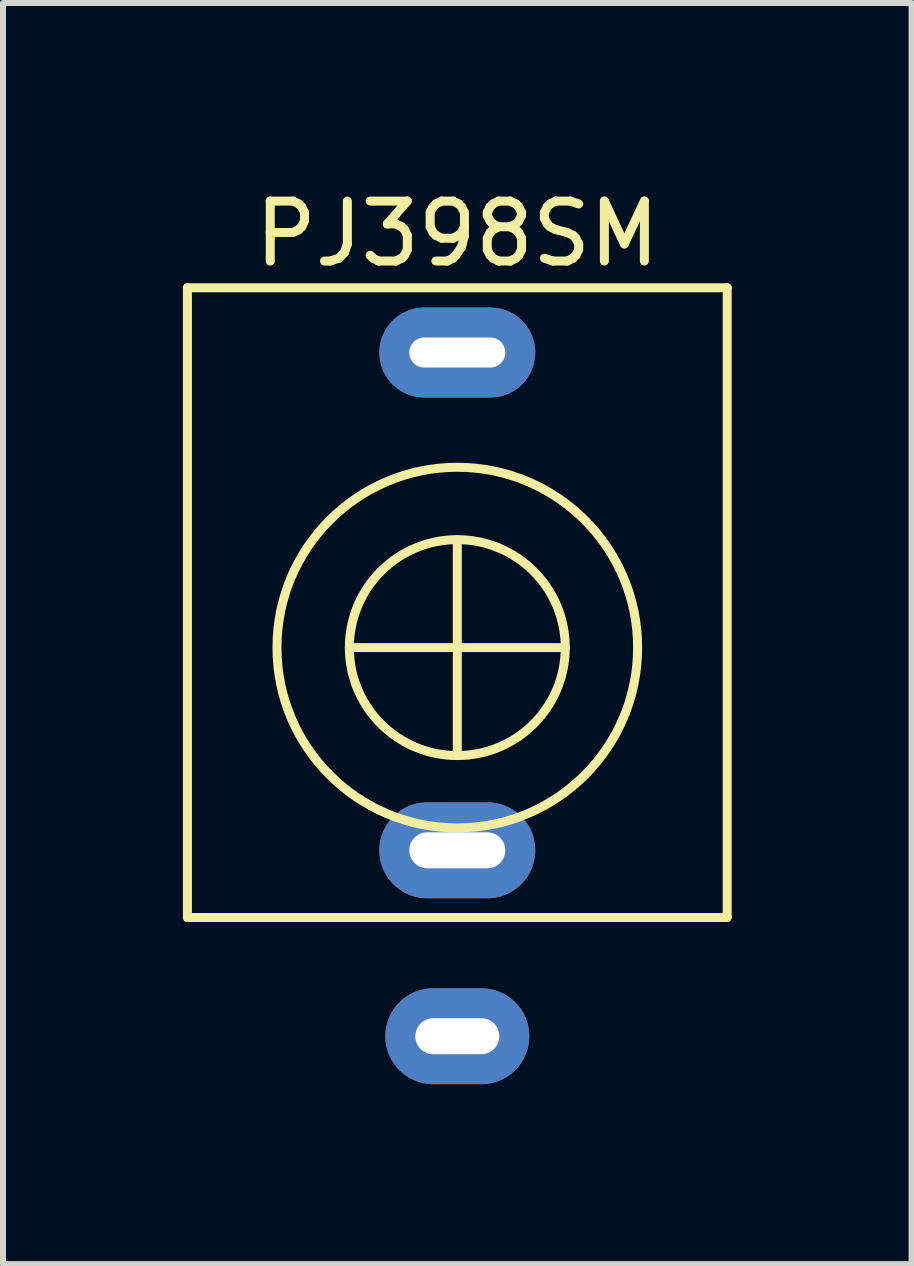
<source format=kicad_pcb>
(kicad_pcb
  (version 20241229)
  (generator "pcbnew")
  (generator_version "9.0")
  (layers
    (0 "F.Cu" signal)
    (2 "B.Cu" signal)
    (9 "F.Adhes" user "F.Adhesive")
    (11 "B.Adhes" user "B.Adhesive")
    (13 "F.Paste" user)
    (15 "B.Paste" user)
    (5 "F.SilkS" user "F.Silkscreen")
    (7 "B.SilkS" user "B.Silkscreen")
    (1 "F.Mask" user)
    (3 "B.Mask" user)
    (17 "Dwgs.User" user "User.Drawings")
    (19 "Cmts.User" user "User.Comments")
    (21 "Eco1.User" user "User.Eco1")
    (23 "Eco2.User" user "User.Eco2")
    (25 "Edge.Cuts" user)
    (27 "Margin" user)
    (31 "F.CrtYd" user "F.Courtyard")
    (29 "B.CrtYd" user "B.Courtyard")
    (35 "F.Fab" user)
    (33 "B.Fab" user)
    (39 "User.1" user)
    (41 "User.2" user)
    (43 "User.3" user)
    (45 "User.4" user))
  (footprint "PJ398SM"
    (layer "F.Cu")
    (at 4.575 7.748)
    (property "Reference" "PJ398SM" (at 0 -6.9 0) (layer "F.SilkS") (effects (font (size 1 1) (thickness 0.15))))
    (attr through_hole)
    (fp_line (start -4.5 -6) (end -4.5 4.5) (stroke (width 0.15) (type solid)) (layer "F.SilkS"))
    (fp_line (start -4.5 4.5) (end 4.5 4.5) (stroke (width 0.15) (type solid)) (layer "F.SilkS"))
    (fp_line (start 0 -1.8) (end 0 1.8) (stroke (width 0.15) (type solid)) (layer "F.SilkS"))
    (fp_line (start 1.8 0) (end -1.8 0) (stroke (width 0.15) (type solid)) (layer "F.SilkS"))
    (fp_line (start 4.5 -6) (end -4.5 -6) (stroke (width 0.15) (type solid)) (layer "F.SilkS"))
    (fp_line (start 4.5 4.5) (end 4.5 -6) (stroke (width 0.15) (type solid)) (layer "F.SilkS"))
    (fp_circle (center 0 0) (end 1.8 0) (stroke (width 0.15) (type solid)) (fill no) (layer "F.SilkS"))
    (fp_circle (center 0 0) (end 3 0.2) (stroke (width 0.15) (type solid)) (fill no) (layer "F.SilkS"))
    (pad "S" thru_hole oval (at 0 6.48) (size 2.4 1.6) (drill oval 1.4 0.6) (layers "*.Cu" "*.Mask"))
    (pad "T" thru_hole oval (at 0 -4.92) (size 2.6 1.5) (drill oval 1.6 0.5) (layers "*.Cu" "*.Mask"))
    (pad "TN" thru_hole oval (at 0 3.38) (size 2.6 1.6) (drill oval 1.6 0.6) (layers "*.Cu" "*.Mask")))
  (gr_rect
    (start -3 -3)
    (end 12.15 18.028)
    (stroke (width 0.1) (type default))
    (fill no)
    (layer "Edge.Cuts")))
</source>
